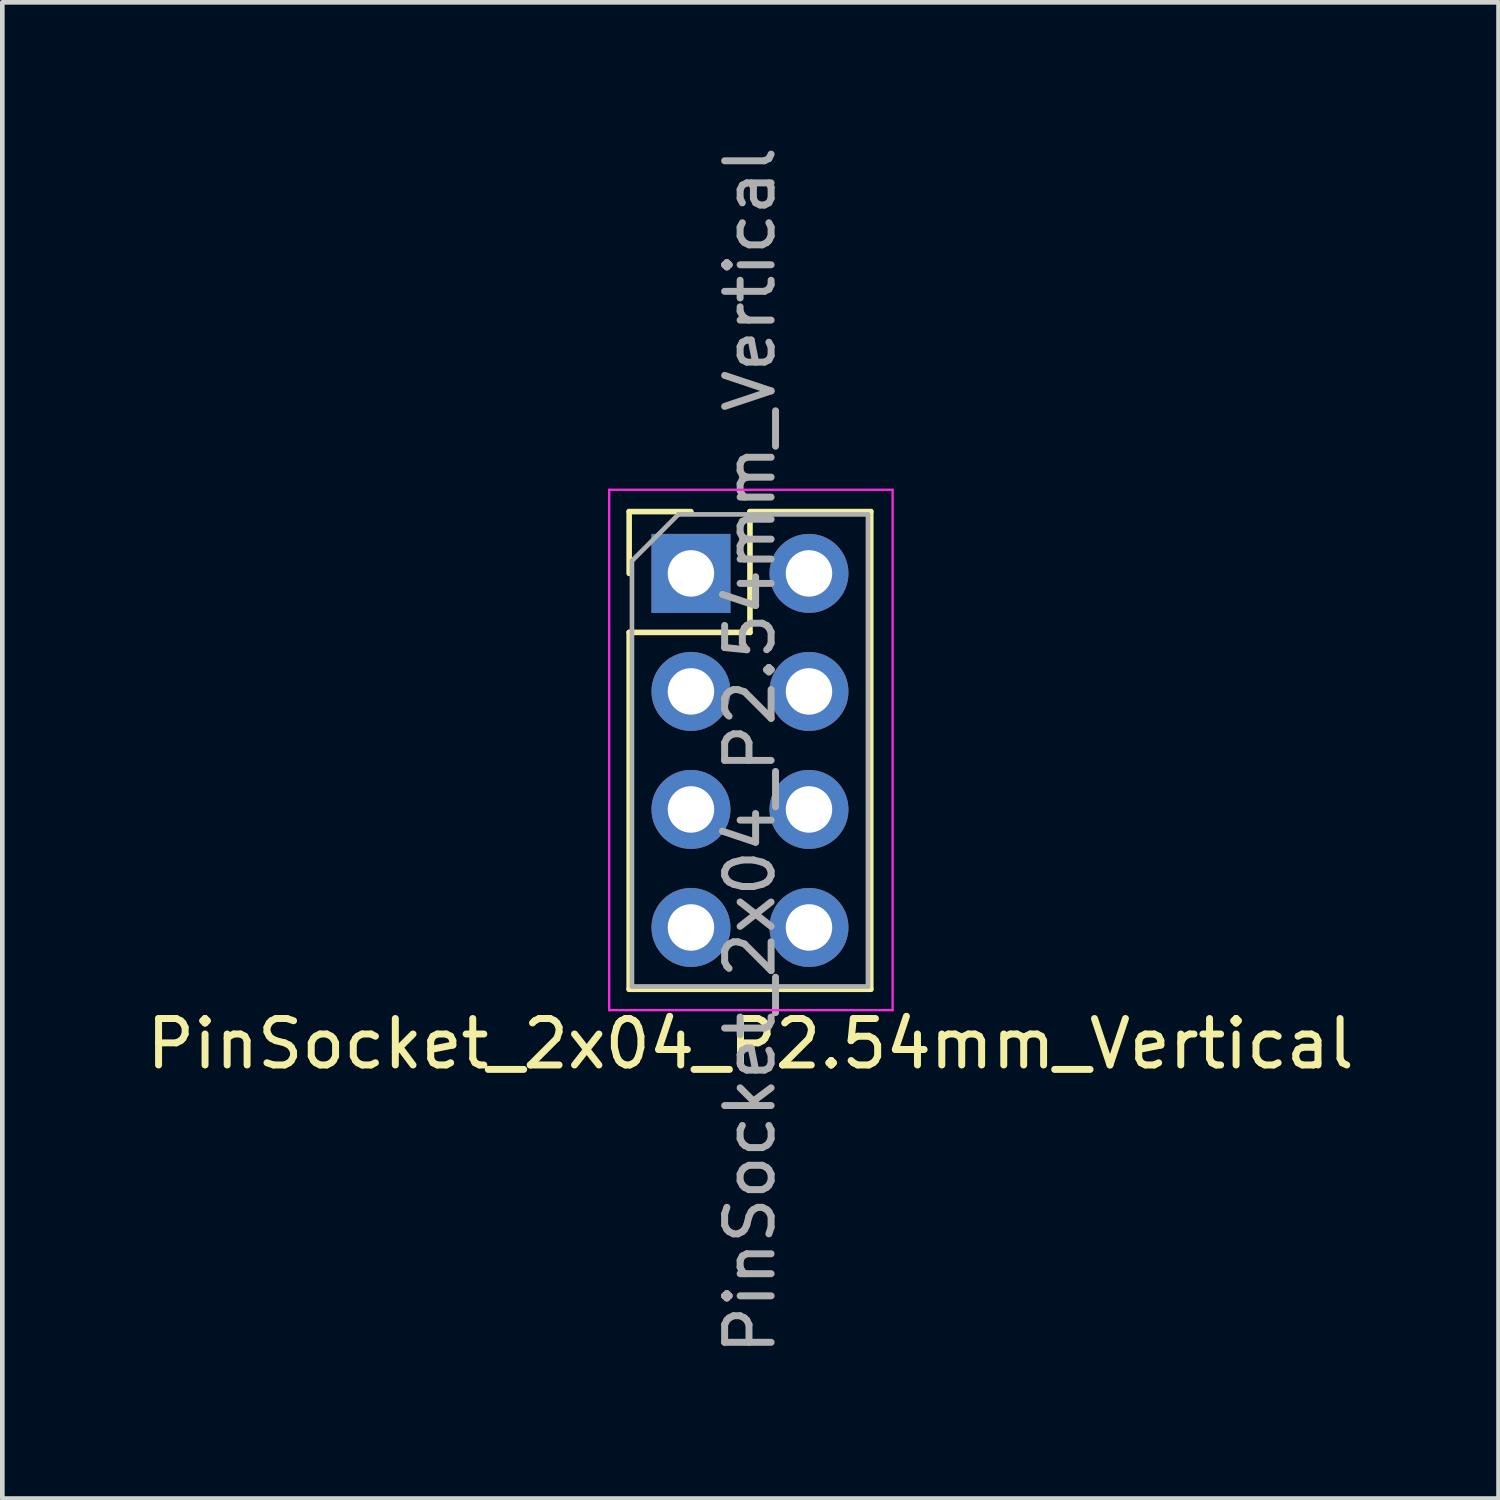
<source format=kicad_pcb>
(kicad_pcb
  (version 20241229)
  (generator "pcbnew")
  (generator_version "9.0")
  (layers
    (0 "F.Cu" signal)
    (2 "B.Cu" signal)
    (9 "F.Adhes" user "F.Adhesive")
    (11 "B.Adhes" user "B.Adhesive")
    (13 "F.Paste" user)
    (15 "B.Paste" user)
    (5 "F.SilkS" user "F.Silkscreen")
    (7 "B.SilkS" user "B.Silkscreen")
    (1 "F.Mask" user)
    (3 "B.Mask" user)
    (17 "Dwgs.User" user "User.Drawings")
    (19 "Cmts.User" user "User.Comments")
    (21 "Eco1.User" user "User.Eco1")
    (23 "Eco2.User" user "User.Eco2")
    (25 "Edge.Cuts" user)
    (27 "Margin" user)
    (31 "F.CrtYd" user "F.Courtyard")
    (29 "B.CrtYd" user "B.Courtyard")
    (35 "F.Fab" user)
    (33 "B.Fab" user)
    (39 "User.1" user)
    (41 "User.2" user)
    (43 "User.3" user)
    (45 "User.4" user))
  (footprint "PinSocket_2x04_P2.54mm_Vertical"
    (layer "F.Cu")
    (at 11.821 9.291)
    (property "Reference" "PinSocket_2x04_P2.54mm_Vertical" (at 1.28 10.125 180) (layer "F.SilkS") (effects (font (size 1 1) (thickness 0.15))))
    (attr through_hole)
    (fp_line (start -1.33 -1.33) (end -1.33 0) (stroke (width 0.12) (type solid)) (layer "F.SilkS"))
    (fp_line (start -1.33 1.27) (end -1.33 8.95) (stroke (width 0.12) (type solid)) (layer "F.SilkS"))
    (fp_line (start 0 -1.33) (end -1.33 -1.33) (stroke (width 0.12) (type solid)) (layer "F.SilkS"))
    (fp_line (start 1.27 -1.33) (end 1.27 1.27) (stroke (width 0.12) (type solid)) (layer "F.SilkS"))
    (fp_line (start 1.27 1.27) (end -1.33 1.27) (stroke (width 0.12) (type solid)) (layer "F.SilkS"))
    (fp_line (start 3.87 -1.33) (end 1.27 -1.33) (stroke (width 0.12) (type solid)) (layer "F.SilkS"))
    (fp_line (start 3.87 -1.33) (end 3.87 8.95) (stroke (width 0.12) (type solid)) (layer "F.SilkS"))
    (fp_line (start 3.87 8.95) (end -1.33 8.95) (stroke (width 0.12) (type solid)) (layer "F.SilkS"))
    (fp_line (start -1.76 -1.8) (end -1.76 9.4) (stroke (width 0.05) (type solid)) (layer "F.CrtYd"))
    (fp_line (start -1.76 9.4) (end 4.34 9.4) (stroke (width 0.05) (type solid)) (layer "F.CrtYd"))
    (fp_line (start 4.34 -1.8) (end -1.76 -1.8) (stroke (width 0.05) (type solid)) (layer "F.CrtYd"))
    (fp_line (start 4.34 9.4) (end 4.34 -1.8) (stroke (width 0.05) (type solid)) (layer "F.CrtYd"))
    (fp_line (start -1.27 -0.27) (end -1.27 8.89) (stroke (width 0.1) (type solid)) (layer "F.Fab"))
    (fp_line (start -1.27 8.89) (end 3.81 8.89) (stroke (width 0.1) (type solid)) (layer "F.Fab"))
    (fp_line (start -0.27 -1.27) (end -1.27 -0.27) (stroke (width 0.1) (type solid)) (layer "F.Fab"))
    (fp_line (start 3.81 -1.27) (end -0.27 -1.27) (stroke (width 0.1) (type solid)) (layer "F.Fab"))
    (fp_line (start 3.81 8.89) (end 3.81 -1.27) (stroke (width 0.1) (type solid)) (layer "F.Fab"))
    (fp_text user "${REFERENCE}" (at 1.27 3.81 270) (layer "F.Fab") (effects (font (size 1 1) (thickness 0.15))))
    (pad "1" thru_hole rect (at 0 0) (size 1.7 1.7) (drill 1) (layers "*.Cu" "*.Mask"))
    (pad "2" thru_hole oval (at 2.54 0) (size 1.7 1.7) (drill 1) (layers "*.Cu" "*.Mask"))
    (pad "3" thru_hole oval (at 0 2.54) (size 1.7 1.7) (drill 1) (layers "*.Cu" "*.Mask"))
    (pad "4" thru_hole oval (at 2.54 2.54) (size 1.7 1.7) (drill 1) (layers "*.Cu" "*.Mask"))
    (pad "5" thru_hole oval (at 0 5.08) (size 1.7 1.7) (drill 1) (layers "*.Cu" "*.Mask"))
    (pad "6" thru_hole oval (at 2.54 5.08) (size 1.7 1.7) (drill 1) (layers "*.Cu" "*.Mask"))
    (pad "7" thru_hole oval (at 0 7.62) (size 1.7 1.7) (drill 1) (layers "*.Cu" "*.Mask"))
    (pad "8" thru_hole oval (at 2.54 7.62) (size 1.7 1.7) (drill 1) (layers "*.Cu" "*.Mask")))
  (gr_rect
    (start -3 -3)
    (end 29.202 29.202)
    (stroke (width 0.1) (type default))
    (fill no)
    (layer "Edge.Cuts")))
</source>
